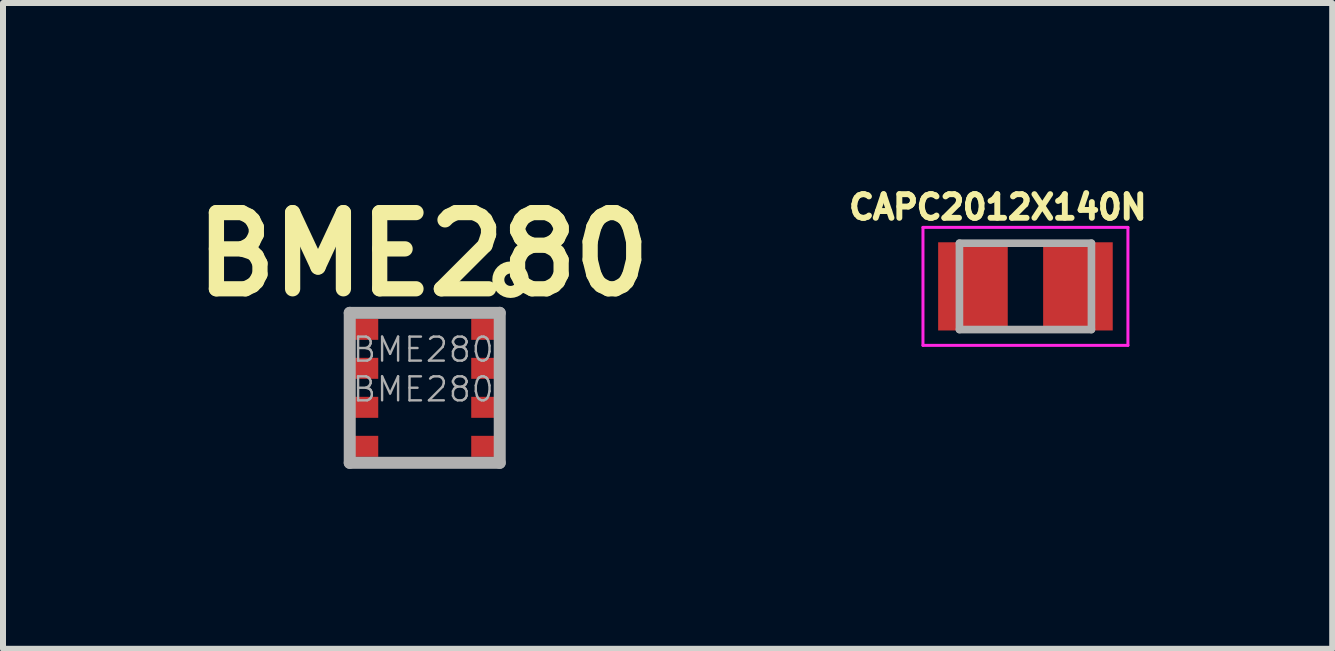
<source format=kicad_pcb>
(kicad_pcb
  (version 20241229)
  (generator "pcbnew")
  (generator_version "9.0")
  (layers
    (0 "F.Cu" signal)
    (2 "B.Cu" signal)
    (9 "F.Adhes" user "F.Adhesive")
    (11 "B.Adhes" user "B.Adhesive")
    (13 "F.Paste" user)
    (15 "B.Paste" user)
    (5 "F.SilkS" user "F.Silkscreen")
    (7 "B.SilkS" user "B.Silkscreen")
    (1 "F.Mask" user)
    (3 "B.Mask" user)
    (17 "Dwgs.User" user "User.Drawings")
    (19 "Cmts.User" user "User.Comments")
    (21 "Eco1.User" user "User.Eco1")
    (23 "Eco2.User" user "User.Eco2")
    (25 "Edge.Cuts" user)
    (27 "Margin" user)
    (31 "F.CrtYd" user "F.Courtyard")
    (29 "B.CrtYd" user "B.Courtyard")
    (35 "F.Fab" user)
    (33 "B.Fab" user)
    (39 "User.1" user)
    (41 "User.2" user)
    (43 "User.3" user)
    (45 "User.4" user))
  (footprint "BME280"
    (layer "F.Cu")
    (at 3.004 2.439)
    (property "Reference" "BME280" (at 1 -1.25 0) (layer "F.SilkS") (effects (font (size 1.27 1.27) (thickness 0.254))))
    (property "Value" "BME280" (at 0.764 0.338 0) (layer "F.SilkS") (hide yes) (effects (font (size 1.27 1.27) (thickness 0.254))))
    (attr smd)
    (fp_circle (center 2.455 -0.827) (end 2.455 -0.623) (stroke (width 0.2) (type solid)) (fill no) (layer "F.SilkS"))
    (fp_line (start -0.225 -0.275) (end 2.275 -0.275) (stroke (width 0.2) (type solid)) (layer "F.Fab"))
    (fp_line (start -0.225 2.225) (end -0.225 -0.275) (stroke (width 0.2) (type solid)) (layer "F.Fab"))
    (fp_line (start 2.275 -0.275) (end 2.275 2.225) (stroke (width 0.2) (type solid)) (layer "F.Fab"))
    (fp_line (start 2.275 2.225) (end -0.225 2.225) (stroke (width 0.2) (type solid)) (layer "F.Fab"))
    (fp_text user "${VALUE}" (at 1 1 0) (layer "F.Fab") (effects (font (size 0.4 0.4) (thickness 0.04))))
    (fp_text user "${REFERENCE}" (at 1 0.338 0) (layer "F.Fab") (effects (font (size 0.4 0.4) (thickness 0.04))))
    (pad "1" smd rect (at 2.05 0 90) (size 0.35 0.5) (layers "F.Cu" "F.Mask" "F.Paste"))
    (pad "2" smd rect (at 2.05 0.65 90) (size 0.35 0.5) (layers "F.Cu" "F.Mask" "F.Paste"))
    (pad "3" smd rect (at 2.05 1.3 90) (size 0.35 0.5) (layers "F.Cu" "F.Mask" "F.Paste"))
    (pad "4" smd rect (at 2.05 1.95 90) (size 0.35 0.5) (layers "F.Cu" "F.Mask" "F.Paste"))
    (pad "5" smd rect (at 0 1.95 90) (size 0.35 0.5) (layers "F.Cu" "F.Mask" "F.Paste"))
    (pad "6" smd rect (at 0 1.3 90) (size 0.35 0.5) (layers "F.Cu" "F.Mask" "F.Paste"))
    (pad "7" smd rect (at 0 0.65 90) (size 0.35 0.5) (layers "F.Cu" "F.Mask" "F.Paste"))
    (pad "8" smd rect (at 0 0 90) (size 0.35 0.5) (layers "F.Cu" "F.Mask" "F.Paste")))
  (footprint "CAPC2012X140N"
    (layer "F.Cu")
    (at 14.041 1.723)
    (property "Reference" "CAPC2012X140N" (at -0.46 -1.32 0) (layer "F.SilkS") (effects (font (size 0.394 0.394) (thickness 0.15))))
    (attr through_hole)
    (fp_line (start -1.708 -0.983) (end 1.708 -0.983) (stroke (width 0.05) (type solid)) (layer "F.CrtYd"))
    (fp_line (start -1.708 0.983) (end -1.708 -0.983) (stroke (width 0.05) (type solid)) (layer "F.CrtYd"))
    (fp_line (start -1.708 0.983) (end 1.708 0.983) (stroke (width 0.05) (type solid)) (layer "F.CrtYd"))
    (fp_line (start 1.708 0.983) (end 1.708 -0.983) (stroke (width 0.05) (type solid)) (layer "F.CrtYd"))
    (fp_line (start -1.1 0.72) (end -1.1 -0.72) (stroke (width 0.127) (type solid)) (layer "F.Fab"))
    (fp_line (start 1.1 -0.72) (end -1.1 -0.72) (stroke (width 0.127) (type solid)) (layer "F.Fab"))
    (fp_line (start 1.1 0.72) (end -1.1 0.72) (stroke (width 0.127) (type solid)) (layer "F.Fab"))
    (fp_line (start 1.1 0.72) (end 1.1 -0.72) (stroke (width 0.127) (type solid)) (layer "F.Fab"))
    (pad "1" smd rect (at -0.875 0) (size 1.16 1.47) (layers "F.Cu" "F.Mask" "F.Paste"))
    (pad "2" smd rect (at 0.875 0) (size 1.16 1.47) (layers "F.Cu" "F.Mask" "F.Paste")))
  (gr_rect
    (start -3 -3)
    (end 19.154 7.764)
    (stroke (width 0.1) (type default))
    (fill no)
    (layer "Edge.Cuts")))
</source>
